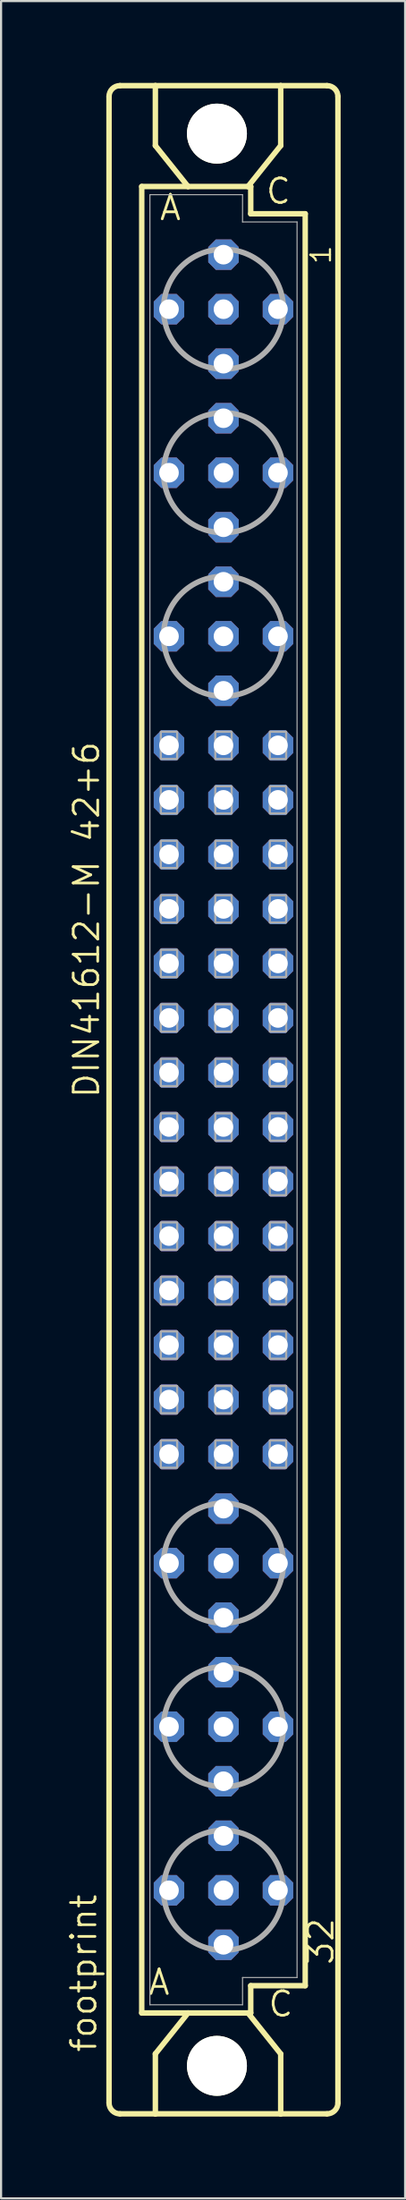
<source format=kicad_pcb>
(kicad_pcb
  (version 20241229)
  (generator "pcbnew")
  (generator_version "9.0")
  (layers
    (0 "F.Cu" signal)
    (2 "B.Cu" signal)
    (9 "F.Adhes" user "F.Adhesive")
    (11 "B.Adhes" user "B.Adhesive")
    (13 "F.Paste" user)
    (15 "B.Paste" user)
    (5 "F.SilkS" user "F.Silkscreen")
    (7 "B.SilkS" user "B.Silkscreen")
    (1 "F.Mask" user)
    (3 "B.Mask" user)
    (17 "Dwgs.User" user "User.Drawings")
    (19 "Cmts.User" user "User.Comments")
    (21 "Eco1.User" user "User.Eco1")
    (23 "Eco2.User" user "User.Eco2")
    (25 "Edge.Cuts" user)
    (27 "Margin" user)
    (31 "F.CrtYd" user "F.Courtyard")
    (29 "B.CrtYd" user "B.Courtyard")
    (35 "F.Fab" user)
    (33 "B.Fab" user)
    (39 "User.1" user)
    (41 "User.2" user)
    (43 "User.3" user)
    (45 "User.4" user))
  (footprint "footprint"
    (layer "F.Cu")
    (at 7.366 48.184)
    (property "Reference" "footprint" (at -5.842 44.45 90) (layer "F.SilkS") (effects (font (size 1.143 1.143) (thickness 0.127)) (justify left bottom)))
    (fp_line (start -5.334 46.736) (end -5.334 -46.736) (stroke (width 0.254) (type solid)) (layer "F.SilkS"))
    (fp_line (start -4.826 -47.244) (end -3.175 -47.244) (stroke (width 0.254) (type solid)) (layer "F.SilkS"))
    (fp_line (start -4.826 47.244) (end -3.175 47.244) (stroke (width 0.254) (type solid)) (layer "F.SilkS"))
    (fp_line (start -3.81 -42.545) (end -3.81 42.545) (stroke (width 0.254) (type solid)) (layer "F.SilkS"))
    (fp_line (start -3.81 42.545) (end -1.651 42.545) (stroke (width 0.254) (type solid)) (layer "F.SilkS"))
    (fp_line (start -3.175 -47.244) (end -3.175 -44.45) (stroke (width 0.254) (type solid)) (layer "F.SilkS"))
    (fp_line (start -3.175 47.244) (end -3.175 44.45) (stroke (width 0.254) (type solid)) (layer "F.SilkS"))
    (fp_line (start -3.175 47.244) (end 2.667 47.244) (stroke (width 0.254) (type solid)) (layer "F.SilkS"))
    (fp_line (start -1.651 -42.545) (end -3.81 -42.545) (stroke (width 0.254) (type solid)) (layer "F.SilkS"))
    (fp_line (start -1.651 -42.545) (end -3.175 -44.45) (stroke (width 0.254) (type solid)) (layer "F.SilkS"))
    (fp_line (start -1.651 42.545) (end -3.175 44.45) (stroke (width 0.254) (type solid)) (layer "F.SilkS"))
    (fp_line (start -1.651 42.545) (end 1.143 42.545) (stroke (width 0.254) (type solid)) (layer "F.SilkS"))
    (fp_line (start 1.143 -42.545) (end -1.651 -42.545) (stroke (width 0.254) (type solid)) (layer "F.SilkS"))
    (fp_line (start 1.143 -42.545) (end 2.667 -44.45) (stroke (width 0.254) (type solid)) (layer "F.SilkS"))
    (fp_line (start 1.143 42.545) (end 1.27 42.545) (stroke (width 0.254) (type solid)) (layer "F.SilkS"))
    (fp_line (start 1.143 42.545) (end 2.667 44.45) (stroke (width 0.254) (type solid)) (layer "F.SilkS"))
    (fp_line (start 1.27 -42.545) (end 1.143 -42.545) (stroke (width 0.254) (type solid)) (layer "F.SilkS"))
    (fp_line (start 1.27 -41.275) (end 1.27 -42.545) (stroke (width 0.254) (type solid)) (layer "F.SilkS"))
    (fp_line (start 1.27 41.275) (end 3.81 41.275) (stroke (width 0.254) (type solid)) (layer "F.SilkS"))
    (fp_line (start 1.27 42.545) (end 1.27 41.275) (stroke (width 0.254) (type solid)) (layer "F.SilkS"))
    (fp_line (start 2.667 -47.244) (end -3.175 -47.244) (stroke (width 0.254) (type solid)) (layer "F.SilkS"))
    (fp_line (start 2.667 -47.244) (end 2.667 -44.45) (stroke (width 0.254) (type solid)) (layer "F.SilkS"))
    (fp_line (start 2.667 47.244) (end 2.667 44.45) (stroke (width 0.254) (type solid)) (layer "F.SilkS"))
    (fp_line (start 2.667 47.244) (end 4.826 47.244) (stroke (width 0.254) (type solid)) (layer "F.SilkS"))
    (fp_line (start 3.81 -41.275) (end 1.27 -41.275) (stroke (width 0.254) (type solid)) (layer "F.SilkS"))
    (fp_line (start 3.81 41.275) (end 3.81 -41.275) (stroke (width 0.254) (type solid)) (layer "F.SilkS"))
    (fp_line (start 4.826 -47.244) (end 2.667 -47.244) (stroke (width 0.254) (type solid)) (layer "F.SilkS"))
    (fp_line (start 5.334 46.736) (end 5.334 -46.736) (stroke (width 0.254) (type solid)) (layer "F.SilkS"))
    (fp_arc (start -5.334 -46.736) (mid -5.18521 -47.09521) (end -4.826 -47.244) (stroke (width 0.254) (type solid)) (layer "F.SilkS"))
    (fp_arc (start -4.826 47.244) (mid -5.18521 47.09521) (end -5.334 46.736) (stroke (width 0.254) (type solid)) (layer "F.SilkS"))
    (fp_arc (start 4.826 -47.244) (mid 5.18521 -47.09521) (end 5.334 -46.736) (stroke (width 0.254) (type solid)) (layer "F.SilkS"))
    (fp_arc (start 5.334 46.736) (mid 5.18521 47.09521) (end 4.826 47.244) (stroke (width 0.254) (type solid)) (layer "F.SilkS"))
    (fp_circle (center -0.305 -45.009) (end 0.965 -45.009) (stroke (width 0.254) (type solid)) (fill no) (layer "F.SilkS"))
    (fp_circle (center -0.305 45.009) (end 0.965 45.009) (stroke (width 0.254) (type solid)) (fill no) (layer "F.SilkS"))
    (fp_line (start -3.429 -42.164) (end -3.429 42.164) (stroke (width 0.051) (type solid)) (layer "F.Fab"))
    (fp_line (start -3.429 -42.164) (end 0.889 -42.164) (stroke (width 0.051) (type solid)) (layer "F.Fab"))
    (fp_line (start -3.429 42.164) (end 0.889 42.164) (stroke (width 0.051) (type solid)) (layer "F.Fab"))
    (fp_line (start 0.889 -42.164) (end 0.889 -40.894) (stroke (width 0.051) (type solid)) (layer "F.Fab"))
    (fp_line (start 0.889 -40.894) (end 3.429 -40.894) (stroke (width 0.051) (type solid)) (layer "F.Fab"))
    (fp_line (start 0.889 40.894) (end 3.429 40.894) (stroke (width 0.051) (type solid)) (layer "F.Fab"))
    (fp_line (start 0.889 42.164) (end 0.889 40.894) (stroke (width 0.051) (type solid)) (layer "F.Fab"))
    (fp_line (start 3.429 -40.894) (end 3.429 40.894) (stroke (width 0.051) (type solid)) (layer "F.Fab"))
    (fp_circle (center 0 -36.83) (end 2.794 -36.83) (stroke (width 0.254) (type solid)) (fill no) (layer "F.Fab"))
    (fp_circle (center 0 -29.21) (end 2.794 -29.21) (stroke (width 0.254) (type solid)) (fill no) (layer "F.Fab"))
    (fp_circle (center 0 -21.59) (end 2.794 -21.59) (stroke (width 0.254) (type solid)) (fill no) (layer "F.Fab"))
    (fp_circle (center 0 21.59) (end 2.794 21.59) (stroke (width 0.254) (type solid)) (fill no) (layer "F.Fab"))
    (fp_circle (center 0 29.21) (end 2.794 29.21) (stroke (width 0.254) (type solid)) (fill no) (layer "F.Fab"))
    (fp_circle (center 0 36.83) (end 2.794 36.83) (stroke (width 0.254) (type solid)) (fill no) (layer "F.Fab"))
    (fp_poly (pts (xy -2.921 -15.875) (xy -2.159 -15.875) (xy -2.159 -17.145) (xy -2.921 -17.145)) (stroke (width 0.1) (type solid)) (fill no) (layer "F.Fab"))
    (fp_poly (pts (xy -2.921 -13.335) (xy -2.159 -13.335) (xy -2.159 -14.605) (xy -2.921 -14.605)) (stroke (width 0.1) (type solid)) (fill no) (layer "F.Fab"))
    (fp_poly (pts (xy -2.921 -10.795) (xy -2.159 -10.795) (xy -2.159 -12.065) (xy -2.921 -12.065)) (stroke (width 0.1) (type solid)) (fill no) (layer "F.Fab"))
    (fp_poly (pts (xy -2.921 -8.255) (xy -2.159 -8.255) (xy -2.159 -9.525) (xy -2.921 -9.525)) (stroke (width 0.1) (type solid)) (fill no) (layer "F.Fab"))
    (fp_poly (pts (xy -2.921 -5.715) (xy -2.159 -5.715) (xy -2.159 -6.985) (xy -2.921 -6.985)) (stroke (width 0.1) (type solid)) (fill no) (layer "F.Fab"))
    (fp_poly (pts (xy -2.921 -3.175) (xy -2.159 -3.175) (xy -2.159 -4.445) (xy -2.921 -4.445)) (stroke (width 0.1) (type solid)) (fill no) (layer "F.Fab"))
    (fp_poly (pts (xy -2.921 -0.635) (xy -2.159 -0.635) (xy -2.159 -1.905) (xy -2.921 -1.905)) (stroke (width 0.1) (type solid)) (fill no) (layer "F.Fab"))
    (fp_poly (pts (xy -2.921 1.905) (xy -2.159 1.905) (xy -2.159 0.635) (xy -2.921 0.635)) (stroke (width 0.1) (type solid)) (fill no) (layer "F.Fab"))
    (fp_poly (pts (xy -2.921 4.445) (xy -2.159 4.445) (xy -2.159 3.175) (xy -2.921 3.175)) (stroke (width 0.1) (type solid)) (fill no) (layer "F.Fab"))
    (fp_poly (pts (xy -2.921 6.985) (xy -2.159 6.985) (xy -2.159 5.715) (xy -2.921 5.715)) (stroke (width 0.1) (type solid)) (fill no) (layer "F.Fab"))
    (fp_poly (pts (xy -2.921 9.525) (xy -2.159 9.525) (xy -2.159 8.255) (xy -2.921 8.255)) (stroke (width 0.1) (type solid)) (fill no) (layer "F.Fab"))
    (fp_poly (pts (xy -2.921 12.065) (xy -2.159 12.065) (xy -2.159 10.795) (xy -2.921 10.795)) (stroke (width 0.1) (type solid)) (fill no) (layer "F.Fab"))
    (fp_poly (pts (xy -2.921 14.605) (xy -2.159 14.605) (xy -2.159 13.335) (xy -2.921 13.335)) (stroke (width 0.1) (type solid)) (fill no) (layer "F.Fab"))
    (fp_poly (pts (xy -2.921 17.145) (xy -2.159 17.145) (xy -2.159 15.875) (xy -2.921 15.875)) (stroke (width 0.1) (type solid)) (fill no) (layer "F.Fab"))
    (fp_poly (pts (xy -0.381 -15.875) (xy 0.381 -15.875) (xy 0.381 -17.145) (xy -0.381 -17.145)) (stroke (width 0.1) (type solid)) (fill no) (layer "F.Fab"))
    (fp_poly (pts (xy -0.381 -13.335) (xy 0.381 -13.335) (xy 0.381 -14.605) (xy -0.381 -14.605)) (stroke (width 0.1) (type solid)) (fill no) (layer "F.Fab"))
    (fp_poly (pts (xy -0.381 -10.795) (xy 0.381 -10.795) (xy 0.381 -12.065) (xy -0.381 -12.065)) (stroke (width 0.1) (type solid)) (fill no) (layer "F.Fab"))
    (fp_poly (pts (xy -0.381 -8.255) (xy 0.381 -8.255) (xy 0.381 -9.525) (xy -0.381 -9.525)) (stroke (width 0.1) (type solid)) (fill no) (layer "F.Fab"))
    (fp_poly (pts (xy -0.381 -5.715) (xy 0.381 -5.715) (xy 0.381 -6.985) (xy -0.381 -6.985)) (stroke (width 0.1) (type solid)) (fill no) (layer "F.Fab"))
    (fp_poly (pts (xy -0.381 -3.175) (xy 0.381 -3.175) (xy 0.381 -4.445) (xy -0.381 -4.445)) (stroke (width 0.1) (type solid)) (fill no) (layer "F.Fab"))
    (fp_poly (pts (xy -0.381 -0.635) (xy 0.381 -0.635) (xy 0.381 -1.905) (xy -0.381 -1.905)) (stroke (width 0.1) (type solid)) (fill no) (layer "F.Fab"))
    (fp_poly (pts (xy -0.381 1.905) (xy 0.381 1.905) (xy 0.381 0.635) (xy -0.381 0.635)) (stroke (width 0.1) (type solid)) (fill no) (layer "F.Fab"))
    (fp_poly (pts (xy -0.381 4.445) (xy 0.381 4.445) (xy 0.381 3.175) (xy -0.381 3.175)) (stroke (width 0.1) (type solid)) (fill no) (layer "F.Fab"))
    (fp_poly (pts (xy -0.381 6.985) (xy 0.381 6.985) (xy 0.381 5.715) (xy -0.381 5.715)) (stroke (width 0.1) (type solid)) (fill no) (layer "F.Fab"))
    (fp_poly (pts (xy -0.381 9.525) (xy 0.381 9.525) (xy 0.381 8.255) (xy -0.381 8.255)) (stroke (width 0.1) (type solid)) (fill no) (layer "F.Fab"))
    (fp_poly (pts (xy -0.381 12.065) (xy 0.381 12.065) (xy 0.381 10.795) (xy -0.381 10.795)) (stroke (width 0.1) (type solid)) (fill no) (layer "F.Fab"))
    (fp_poly (pts (xy -0.381 14.605) (xy 0.381 14.605) (xy 0.381 13.335) (xy -0.381 13.335)) (stroke (width 0.1) (type solid)) (fill no) (layer "F.Fab"))
    (fp_poly (pts (xy -0.381 17.145) (xy 0.381 17.145) (xy 0.381 15.875) (xy -0.381 15.875)) (stroke (width 0.1) (type solid)) (fill no) (layer "F.Fab"))
    (fp_poly (pts (xy 2.159 -15.875) (xy 2.921 -15.875) (xy 2.921 -17.145) (xy 2.159 -17.145)) (stroke (width 0.1) (type solid)) (fill no) (layer "F.Fab"))
    (fp_poly (pts (xy 2.159 -13.335) (xy 2.921 -13.335) (xy 2.921 -14.605) (xy 2.159 -14.605)) (stroke (width 0.1) (type solid)) (fill no) (layer "F.Fab"))
    (fp_poly (pts (xy 2.159 -10.795) (xy 2.921 -10.795) (xy 2.921 -12.065) (xy 2.159 -12.065)) (stroke (width 0.1) (type solid)) (fill no) (layer "F.Fab"))
    (fp_poly (pts (xy 2.159 -8.255) (xy 2.921 -8.255) (xy 2.921 -9.525) (xy 2.159 -9.525)) (stroke (width 0.1) (type solid)) (fill no) (layer "F.Fab"))
    (fp_poly (pts (xy 2.159 -5.715) (xy 2.921 -5.715) (xy 2.921 -6.985) (xy 2.159 -6.985)) (stroke (width 0.1) (type solid)) (fill no) (layer "F.Fab"))
    (fp_poly (pts (xy 2.159 -3.175) (xy 2.921 -3.175) (xy 2.921 -4.445) (xy 2.159 -4.445)) (stroke (width 0.1) (type solid)) (fill no) (layer "F.Fab"))
    (fp_poly (pts (xy 2.159 -0.635) (xy 2.921 -0.635) (xy 2.921 -1.905) (xy 2.159 -1.905)) (stroke (width 0.1) (type solid)) (fill no) (layer "F.Fab"))
    (fp_poly (pts (xy 2.159 1.905) (xy 2.921 1.905) (xy 2.921 0.635) (xy 2.159 0.635)) (stroke (width 0.1) (type solid)) (fill no) (layer "F.Fab"))
    (fp_poly (pts (xy 2.159 4.445) (xy 2.921 4.445) (xy 2.921 3.175) (xy 2.159 3.175)) (stroke (width 0.1) (type solid)) (fill no) (layer "F.Fab"))
    (fp_poly (pts (xy 2.159 6.985) (xy 2.921 6.985) (xy 2.921 5.715) (xy 2.159 5.715)) (stroke (width 0.1) (type solid)) (fill no) (layer "F.Fab"))
    (fp_poly (pts (xy 2.159 9.525) (xy 2.921 9.525) (xy 2.921 8.255) (xy 2.159 8.255)) (stroke (width 0.1) (type solid)) (fill no) (layer "F.Fab"))
    (fp_poly (pts (xy 2.159 12.065) (xy 2.921 12.065) (xy 2.921 10.795) (xy 2.159 10.795)) (stroke (width 0.1) (type solid)) (fill no) (layer "F.Fab"))
    (fp_poly (pts (xy 2.159 14.605) (xy 2.921 14.605) (xy 2.921 13.335) (xy 2.159 13.335)) (stroke (width 0.1) (type solid)) (fill no) (layer "F.Fab"))
    (fp_poly (pts (xy 2.159 17.145) (xy 2.921 17.145) (xy 2.921 15.875) (xy 2.159 15.875)) (stroke (width 0.1) (type solid)) (fill no) (layer "F.Fab"))
    (fp_text user "32" (at 5.207 40.386 90) (layer "F.SilkS") (effects (font (size 1.143 1.143) (thickness 0.127)) (justify left bottom)))
    (fp_text user "1" (at 5.08 -38.862 90) (layer "F.SilkS") (effects (font (size 0.914 0.914) (thickness 0.102)) (justify left bottom)))
    (fp_text user " C " (at 1.143 42.799 0) (layer "F.SilkS") (effects (font (size 1.143 1.143) (thickness 0.127)) (justify left bottom)))
    (fp_text user "DIN41612-M 42+6" (at -5.715 0 90) (layer "F.SilkS") (effects (font (size 1.143 1.143) (thickness 0.127)) (justify left bottom)))
    (fp_text user " A " (at -4.445 41.783 0) (layer "F.SilkS") (effects (font (size 1.143 1.143) (thickness 0.127)) (justify left bottom)))
    (fp_text user "A" (at -3.048 -40.894 0) (layer "F.SilkS") (effects (font (size 1.143 1.143) (thickness 0.127)) (justify left bottom)))
    (fp_text user "C" (at 1.905 -41.656 0) (layer "F.SilkS") (effects (font (size 1.143 1.143) (thickness 0.127)) (justify left bottom)))
    (pad "" np_thru_hole circle (at -0.305 -45.009) (size 2.794 2.794) (drill 2.794) (layers "*.Cu" "*.Mask"))
    (pad "" np_thru_hole circle (at -0.305 45.009) (size 2.794 2.794) (drill 2.794) (layers "*.Cu" "*.Mask"))
    (pad "A2" thru_hole roundrect (at -2.54 -36.83) (size 1.422 1.422) (drill 0.914) (layers "*.Cu" "*.Mask") (roundrect_rratio 0.25) (chamfer_ratio 0.25) (chamfer top_left top_right bottom_left bottom_right))
    (pad "A5" thru_hole roundrect (at -2.54 -29.21) (size 1.422 1.422) (drill 0.914) (layers "*.Cu" "*.Mask") (roundrect_rratio 0.25) (chamfer_ratio 0.25) (chamfer top_left top_right bottom_left bottom_right))
    (pad "A8" thru_hole roundrect (at -2.54 -21.59) (size 1.422 1.422) (drill 0.914) (layers "*.Cu" "*.Mask") (roundrect_rratio 0.25) (chamfer_ratio 0.25) (chamfer top_left top_right bottom_left bottom_right))
    (pad "A10" thru_hole roundrect (at -2.54 -16.51) (size 1.422 1.422) (drill 0.914) (layers "*.Cu" "*.Mask") (roundrect_rratio 0.25) (chamfer_ratio 0.25) (chamfer top_left top_right bottom_left bottom_right))
    (pad "A11" thru_hole roundrect (at -2.54 -13.97) (size 1.422 1.422) (drill 0.914) (layers "*.Cu" "*.Mask") (roundrect_rratio 0.25) (chamfer_ratio 0.25) (chamfer top_left top_right bottom_left bottom_right))
    (pad "A12" thru_hole roundrect (at -2.54 -11.43) (size 1.422 1.422) (drill 0.914) (layers "*.Cu" "*.Mask") (roundrect_rratio 0.25) (chamfer_ratio 0.25) (chamfer top_left top_right bottom_left bottom_right))
    (pad "A13" thru_hole roundrect (at -2.54 -8.89) (size 1.422 1.422) (drill 0.914) (layers "*.Cu" "*.Mask") (roundrect_rratio 0.25) (chamfer_ratio 0.25) (chamfer top_left top_right bottom_left bottom_right))
    (pad "A14" thru_hole roundrect (at -2.54 -6.35) (size 1.422 1.422) (drill 0.914) (layers "*.Cu" "*.Mask") (roundrect_rratio 0.25) (chamfer_ratio 0.25) (chamfer top_left top_right bottom_left bottom_right))
    (pad "A15" thru_hole roundrect (at -2.54 -3.81) (size 1.422 1.422) (drill 0.914) (layers "*.Cu" "*.Mask") (roundrect_rratio 0.25) (chamfer_ratio 0.25) (chamfer top_left top_right bottom_left bottom_right))
    (pad "A16" thru_hole roundrect (at -2.54 -1.27) (size 1.422 1.422) (drill 0.914) (layers "*.Cu" "*.Mask") (roundrect_rratio 0.25) (chamfer_ratio 0.25) (chamfer top_left top_right bottom_left bottom_right))
    (pad "A17" thru_hole roundrect (at -2.54 1.27) (size 1.422 1.422) (drill 0.914) (layers "*.Cu" "*.Mask") (roundrect_rratio 0.25) (chamfer_ratio 0.25) (chamfer top_left top_right bottom_left bottom_right))
    (pad "A18" thru_hole roundrect (at -2.54 3.81) (size 1.422 1.422) (drill 0.914) (layers "*.Cu" "*.Mask") (roundrect_rratio 0.25) (chamfer_ratio 0.25) (chamfer top_left top_right bottom_left bottom_right))
    (pad "A19" thru_hole roundrect (at -2.54 6.35) (size 1.422 1.422) (drill 0.914) (layers "*.Cu" "*.Mask") (roundrect_rratio 0.25) (chamfer_ratio 0.25) (chamfer top_left top_right bottom_left bottom_right))
    (pad "A20" thru_hole roundrect (at -2.54 8.89) (size 1.422 1.422) (drill 0.914) (layers "*.Cu" "*.Mask") (roundrect_rratio 0.25) (chamfer_ratio 0.25) (chamfer top_left top_right bottom_left bottom_right))
    (pad "A21" thru_hole roundrect (at -2.54 11.43) (size 1.422 1.422) (drill 0.914) (layers "*.Cu" "*.Mask") (roundrect_rratio 0.25) (chamfer_ratio 0.25) (chamfer top_left top_right bottom_left bottom_right))
    (pad "A22" thru_hole roundrect (at -2.54 13.97) (size 1.422 1.422) (drill 0.914) (layers "*.Cu" "*.Mask") (roundrect_rratio 0.25) (chamfer_ratio 0.25) (chamfer top_left top_right bottom_left bottom_right))
    (pad "A23" thru_hole roundrect (at -2.54 16.51) (size 1.422 1.422) (drill 0.914) (layers "*.Cu" "*.Mask") (roundrect_rratio 0.25) (chamfer_ratio 0.25) (chamfer top_left top_right bottom_left bottom_right))
    (pad "A25" thru_hole roundrect (at -2.54 21.59) (size 1.422 1.422) (drill 0.914) (layers "*.Cu" "*.Mask") (roundrect_rratio 0.25) (chamfer_ratio 0.25) (chamfer top_left top_right bottom_left bottom_right))
    (pad "A28" thru_hole roundrect (at -2.54 29.21) (size 1.422 1.422) (drill 0.914) (layers "*.Cu" "*.Mask") (roundrect_rratio 0.25) (chamfer_ratio 0.25) (chamfer top_left top_right bottom_left bottom_right))
    (pad "A31" thru_hole roundrect (at -2.54 36.83) (size 1.422 1.422) (drill 0.914) (layers "*.Cu" "*.Mask") (roundrect_rratio 0.25) (chamfer_ratio 0.25) (chamfer top_left top_right bottom_left bottom_right))
    (pad "B1" thru_hole roundrect (at 0 -39.37) (size 1.422 1.422) (drill 0.914) (layers "*.Cu" "*.Mask") (roundrect_rratio 0.25) (chamfer_ratio 0.25) (chamfer top_left top_right bottom_left bottom_right))
    (pad "B2" thru_hole roundrect (at 0 -36.83) (size 1.422 1.422) (drill 0.914) (layers "*.Cu" "*.Mask") (roundrect_rratio 0.25) (chamfer_ratio 0.25) (chamfer top_left top_right bottom_left bottom_right))
    (pad "B3" thru_hole roundrect (at 0 -34.29) (size 1.422 1.422) (drill 0.914) (layers "*.Cu" "*.Mask") (roundrect_rratio 0.25) (chamfer_ratio 0.25) (chamfer top_left top_right bottom_left bottom_right))
    (pad "B4" thru_hole roundrect (at 0 -31.75) (size 1.422 1.422) (drill 0.914) (layers "*.Cu" "*.Mask") (roundrect_rratio 0.25) (chamfer_ratio 0.25) (chamfer top_left top_right bottom_left bottom_right))
    (pad "B5" thru_hole roundrect (at 0 -29.21) (size 1.422 1.422) (drill 0.914) (layers "*.Cu" "*.Mask") (roundrect_rratio 0.25) (chamfer_ratio 0.25) (chamfer top_left top_right bottom_left bottom_right))
    (pad "B6" thru_hole roundrect (at 0 -26.67) (size 1.422 1.422) (drill 0.914) (layers "*.Cu" "*.Mask") (roundrect_rratio 0.25) (chamfer_ratio 0.25) (chamfer top_left top_right bottom_left bottom_right))
    (pad "B7" thru_hole roundrect (at 0 -24.13) (size 1.422 1.422) (drill 0.914) (layers "*.Cu" "*.Mask") (roundrect_rratio 0.25) (chamfer_ratio 0.25) (chamfer top_left top_right bottom_left bottom_right))
    (pad "B8" thru_hole roundrect (at 0 -21.59) (size 1.422 1.422) (drill 0.914) (layers "*.Cu" "*.Mask") (roundrect_rratio 0.25) (chamfer_ratio 0.25) (chamfer top_left top_right bottom_left bottom_right))
    (pad "B9" thru_hole roundrect (at 0 -19.05) (size 1.422 1.422) (drill 0.914) (layers "*.Cu" "*.Mask") (roundrect_rratio 0.25) (chamfer_ratio 0.25) (chamfer top_left top_right bottom_left bottom_right))
    (pad "B10" thru_hole roundrect (at 0 -16.51) (size 1.422 1.422) (drill 0.914) (layers "*.Cu" "*.Mask") (roundrect_rratio 0.25) (chamfer_ratio 0.25) (chamfer top_left top_right bottom_left bottom_right))
    (pad "B11" thru_hole roundrect (at 0 -13.97) (size 1.422 1.422) (drill 0.914) (layers "*.Cu" "*.Mask") (roundrect_rratio 0.25) (chamfer_ratio 0.25) (chamfer top_left top_right bottom_left bottom_right))
    (pad "B12" thru_hole roundrect (at 0 -11.43) (size 1.422 1.422) (drill 0.914) (layers "*.Cu" "*.Mask") (roundrect_rratio 0.25) (chamfer_ratio 0.25) (chamfer top_left top_right bottom_left bottom_right))
    (pad "B13" thru_hole roundrect (at 0 -8.89) (size 1.422 1.422) (drill 0.914) (layers "*.Cu" "*.Mask") (roundrect_rratio 0.25) (chamfer_ratio 0.25) (chamfer top_left top_right bottom_left bottom_right))
    (pad "B14" thru_hole roundrect (at 0 -6.35) (size 1.422 1.422) (drill 0.914) (layers "*.Cu" "*.Mask") (roundrect_rratio 0.25) (chamfer_ratio 0.25) (chamfer top_left top_right bottom_left bottom_right))
    (pad "B15" thru_hole roundrect (at 0 -3.81) (size 1.422 1.422) (drill 0.914) (layers "*.Cu" "*.Mask") (roundrect_rratio 0.25) (chamfer_ratio 0.25) (chamfer top_left top_right bottom_left bottom_right))
    (pad "B16" thru_hole roundrect (at 0 -1.27) (size 1.422 1.422) (drill 0.914) (layers "*.Cu" "*.Mask") (roundrect_rratio 0.25) (chamfer_ratio 0.25) (chamfer top_left top_right bottom_left bottom_right))
    (pad "B17" thru_hole roundrect (at 0 1.27) (size 1.422 1.422) (drill 0.914) (layers "*.Cu" "*.Mask") (roundrect_rratio 0.25) (chamfer_ratio 0.25) (chamfer top_left top_right bottom_left bottom_right))
    (pad "B18" thru_hole roundrect (at 0 3.81) (size 1.422 1.422) (drill 0.914) (layers "*.Cu" "*.Mask") (roundrect_rratio 0.25) (chamfer_ratio 0.25) (chamfer top_left top_right bottom_left bottom_right))
    (pad "B19" thru_hole roundrect (at 0 6.35) (size 1.422 1.422) (drill 0.914) (layers "*.Cu" "*.Mask") (roundrect_rratio 0.25) (chamfer_ratio 0.25) (chamfer top_left top_right bottom_left bottom_right))
    (pad "B20" thru_hole roundrect (at 0 8.89) (size 1.422 1.422) (drill 0.914) (layers "*.Cu" "*.Mask") (roundrect_rratio 0.25) (chamfer_ratio 0.25) (chamfer top_left top_right bottom_left bottom_right))
    (pad "B21" thru_hole roundrect (at 0 11.43) (size 1.422 1.422) (drill 0.914) (layers "*.Cu" "*.Mask") (roundrect_rratio 0.25) (chamfer_ratio 0.25) (chamfer top_left top_right bottom_left bottom_right))
    (pad "B22" thru_hole roundrect (at 0 13.97) (size 1.422 1.422) (drill 0.914) (layers "*.Cu" "*.Mask") (roundrect_rratio 0.25) (chamfer_ratio 0.25) (chamfer top_left top_right bottom_left bottom_right))
    (pad "B23" thru_hole roundrect (at 0 16.51) (size 1.422 1.422) (drill 0.914) (layers "*.Cu" "*.Mask") (roundrect_rratio 0.25) (chamfer_ratio 0.25) (chamfer top_left top_right bottom_left bottom_right))
    (pad "B24" thru_hole roundrect (at 0 19.05) (size 1.422 1.422) (drill 0.914) (layers "*.Cu" "*.Mask") (roundrect_rratio 0.25) (chamfer_ratio 0.25) (chamfer top_left top_right bottom_left bottom_right))
    (pad "B25" thru_hole roundrect (at 0 21.59) (size 1.422 1.422) (drill 0.914) (layers "*.Cu" "*.Mask") (roundrect_rratio 0.25) (chamfer_ratio 0.25) (chamfer top_left top_right bottom_left bottom_right))
    (pad "B26" thru_hole roundrect (at 0 24.13) (size 1.422 1.422) (drill 0.914) (layers "*.Cu" "*.Mask") (roundrect_rratio 0.25) (chamfer_ratio 0.25) (chamfer top_left top_right bottom_left bottom_right))
    (pad "B27" thru_hole roundrect (at 0 26.67) (size 1.422 1.422) (drill 0.914) (layers "*.Cu" "*.Mask") (roundrect_rratio 0.25) (chamfer_ratio 0.25) (chamfer top_left top_right bottom_left bottom_right))
    (pad "B28" thru_hole roundrect (at 0 29.21) (size 1.422 1.422) (drill 0.914) (layers "*.Cu" "*.Mask") (roundrect_rratio 0.25) (chamfer_ratio 0.25) (chamfer top_left top_right bottom_left bottom_right))
    (pad "B29" thru_hole roundrect (at 0 31.75) (size 1.422 1.422) (drill 0.914) (layers "*.Cu" "*.Mask") (roundrect_rratio 0.25) (chamfer_ratio 0.25) (chamfer top_left top_right bottom_left bottom_right))
    (pad "B30" thru_hole roundrect (at 0 34.29) (size 1.422 1.422) (drill 0.914) (layers "*.Cu" "*.Mask") (roundrect_rratio 0.25) (chamfer_ratio 0.25) (chamfer top_left top_right bottom_left bottom_right))
    (pad "B31" thru_hole roundrect (at 0 36.83) (size 1.422 1.422) (drill 0.914) (layers "*.Cu" "*.Mask") (roundrect_rratio 0.25) (chamfer_ratio 0.25) (chamfer top_left top_right bottom_left bottom_right))
    (pad "B32" thru_hole roundrect (at 0 39.37) (size 1.422 1.422) (drill 0.914) (layers "*.Cu" "*.Mask") (roundrect_rratio 0.25) (chamfer_ratio 0.25) (chamfer top_left top_right bottom_left bottom_right))
    (pad "C2" thru_hole roundrect (at 2.54 -36.83) (size 1.422 1.422) (drill 0.914) (layers "*.Cu" "*.Mask") (roundrect_rratio 0.25) (chamfer_ratio 0.25) (chamfer top_left top_right bottom_left bottom_right))
    (pad "C5" thru_hole roundrect (at 2.54 -29.21) (size 1.422 1.422) (drill 0.914) (layers "*.Cu" "*.Mask") (roundrect_rratio 0.25) (chamfer_ratio 0.25) (chamfer top_left top_right bottom_left bottom_right))
    (pad "C8" thru_hole roundrect (at 2.54 -21.59) (size 1.422 1.422) (drill 0.914) (layers "*.Cu" "*.Mask") (roundrect_rratio 0.25) (chamfer_ratio 0.25) (chamfer top_left top_right bottom_left bottom_right))
    (pad "C10" thru_hole roundrect (at 2.54 -16.51) (size 1.422 1.422) (drill 0.914) (layers "*.Cu" "*.Mask") (roundrect_rratio 0.25) (chamfer_ratio 0.25) (chamfer top_left top_right bottom_left bottom_right))
    (pad "C11" thru_hole roundrect (at 2.54 -13.97) (size 1.422 1.422) (drill 0.914) (layers "*.Cu" "*.Mask") (roundrect_rratio 0.25) (chamfer_ratio 0.25) (chamfer top_left top_right bottom_left bottom_right))
    (pad "C12" thru_hole roundrect (at 2.54 -11.43) (size 1.422 1.422) (drill 0.914) (layers "*.Cu" "*.Mask") (roundrect_rratio 0.25) (chamfer_ratio 0.25) (chamfer top_left top_right bottom_left bottom_right))
    (pad "C13" thru_hole roundrect (at 2.54 -8.89) (size 1.422 1.422) (drill 0.914) (layers "*.Cu" "*.Mask") (roundrect_rratio 0.25) (chamfer_ratio 0.25) (chamfer top_left top_right bottom_left bottom_right))
    (pad "C14" thru_hole roundrect (at 2.54 -6.35) (size 1.422 1.422) (drill 0.914) (layers "*.Cu" "*.Mask") (roundrect_rratio 0.25) (chamfer_ratio 0.25) (chamfer top_left top_right bottom_left bottom_right))
    (pad "C15" thru_hole roundrect (at 2.54 -3.81) (size 1.422 1.422) (drill 0.914) (layers "*.Cu" "*.Mask") (roundrect_rratio 0.25) (chamfer_ratio 0.25) (chamfer top_left top_right bottom_left bottom_right))
    (pad "C16" thru_hole roundrect (at 2.54 -1.27) (size 1.422 1.422) (drill 0.914) (layers "*.Cu" "*.Mask") (roundrect_rratio 0.25) (chamfer_ratio 0.25) (chamfer top_left top_right bottom_left bottom_right))
    (pad "C17" thru_hole roundrect (at 2.54 1.27) (size 1.422 1.422) (drill 0.914) (layers "*.Cu" "*.Mask") (roundrect_rratio 0.25) (chamfer_ratio 0.25) (chamfer top_left top_right bottom_left bottom_right))
    (pad "C18" thru_hole roundrect (at 2.54 3.81) (size 1.422 1.422) (drill 0.914) (layers "*.Cu" "*.Mask") (roundrect_rratio 0.25) (chamfer_ratio 0.25) (chamfer top_left top_right bottom_left bottom_right))
    (pad "C19" thru_hole roundrect (at 2.54 6.35) (size 1.422 1.422) (drill 0.914) (layers "*.Cu" "*.Mask") (roundrect_rratio 0.25) (chamfer_ratio 0.25) (chamfer top_left top_right bottom_left bottom_right))
    (pad "C20" thru_hole roundrect (at 2.54 8.89) (size 1.422 1.422) (drill 0.914) (layers "*.Cu" "*.Mask") (roundrect_rratio 0.25) (chamfer_ratio 0.25) (chamfer top_left top_right bottom_left bottom_right))
    (pad "C21" thru_hole roundrect (at 2.54 11.43) (size 1.422 1.422) (drill 0.914) (layers "*.Cu" "*.Mask") (roundrect_rratio 0.25) (chamfer_ratio 0.25) (chamfer top_left top_right bottom_left bottom_right))
    (pad "C22" thru_hole roundrect (at 2.54 13.97) (size 1.422 1.422) (drill 0.914) (layers "*.Cu" "*.Mask") (roundrect_rratio 0.25) (chamfer_ratio 0.25) (chamfer top_left top_right bottom_left bottom_right))
    (pad "C23" thru_hole roundrect (at 2.54 16.51) (size 1.422 1.422) (drill 0.914) (layers "*.Cu" "*.Mask") (roundrect_rratio 0.25) (chamfer_ratio 0.25) (chamfer top_left top_right bottom_left bottom_right))
    (pad "C25" thru_hole roundrect (at 2.54 21.59) (size 1.422 1.422) (drill 0.914) (layers "*.Cu" "*.Mask") (roundrect_rratio 0.25) (chamfer_ratio 0.25) (chamfer top_left top_right bottom_left bottom_right))
    (pad "C28" thru_hole roundrect (at 2.54 29.21) (size 1.422 1.422) (drill 0.914) (layers "*.Cu" "*.Mask") (roundrect_rratio 0.25) (chamfer_ratio 0.25) (chamfer top_left top_right bottom_left bottom_right))
    (pad "C31" thru_hole roundrect (at 2.54 36.83) (size 1.422 1.422) (drill 0.914) (layers "*.Cu" "*.Mask") (roundrect_rratio 0.25) (chamfer_ratio 0.25) (chamfer top_left top_right bottom_left bottom_right))
    (zone (net_name "") (layers "F.Cu" "B.Cu") (hatch edge 0.508) (connect_pads) (min_thickness 0.254) (filled_areas_thickness no) (keepout (tracks allowed) (vias not_allowed) (pads allowed) (copperpour allowed) (footprints allowed)) (placement (enabled no)) (fill) (polygon (pts (xy 10.236 3.175) (xy 10.188 2.624) (xy 10.045 2.089) (xy 9.811 1.587) (xy 9.493 1.134) (xy 9.102 0.743) (xy 8.649 0.425) (xy 8.147 0.191) (xy 7.613 0.048) (xy 7.061 0) (xy 6.51 0.048) (xy 5.975 0.191) (xy 5.474 0.425) (xy 5.02 0.743) (xy 4.629 1.134) (xy 4.312 1.587) (xy 4.078 2.089) (xy 3.934 2.624) (xy 3.886 3.175) (xy 3.934 3.726) (xy 4.078 4.261) (xy 4.312 4.763) (xy 4.629 5.216) (xy 5.02 5.607) (xy 5.474 5.925) (xy 5.975 6.159) (xy 6.51 6.302) (xy 7.061 6.35) (xy 7.613 6.302) (xy 8.147 6.159) (xy 8.649 5.925) (xy 9.102 5.607) (xy 9.493 5.216) (xy 9.811 4.763) (xy 10.045 4.261) (xy 10.188 3.726))) (polygon (pts (xy 8.458 3.175) (xy 8.437 2.932) (xy 8.374 2.697) (xy 8.271 2.477) (xy 8.131 2.277) (xy 7.959 2.105) (xy 7.76 1.965) (xy 7.539 1.862) (xy 7.304 1.799) (xy 7.061 1.778) (xy 6.819 1.799) (xy 6.583 1.862) (xy 6.363 1.965) (xy 6.163 2.105) (xy 5.991 2.277) (xy 5.851 2.477) (xy 5.748 2.697) (xy 5.685 2.932) (xy 5.664 3.175) (xy 5.685 3.418) (xy 5.748 3.653) (xy 5.851 3.873) (xy 5.991 4.073) (xy 6.163 4.245) (xy 6.363 4.385) (xy 6.583 4.488) (xy 6.819 4.551) (xy 7.061 4.572) (xy 7.304 4.551) (xy 7.539 4.488) (xy 7.76 4.385) (xy 7.959 4.245) (xy 8.131 4.073) (xy 8.271 3.873) (xy 8.374 3.653) (xy 8.437 3.418))))
    (zone (net_name "") (layers "F.Cu" "B.Cu") (hatch edge 0.508) (connect_pads) (min_thickness 0.254) (filled_areas_thickness no) (keepout (tracks allowed) (vias not_allowed) (pads allowed) (copperpour allowed) (footprints allowed)) (placement (enabled no)) (fill) (polygon (pts (xy 10.236 93.193) (xy 10.188 92.641) (xy 10.045 92.107) (xy 9.811 91.605) (xy 9.493 91.152) (xy 9.102 90.76) (xy 8.649 90.443) (xy 8.147 90.209) (xy 7.613 90.066) (xy 7.061 90.018) (xy 6.51 90.066) (xy 5.975 90.209) (xy 5.474 90.443) (xy 5.02 90.76) (xy 4.629 91.152) (xy 4.312 91.605) (xy 4.078 92.107) (xy 3.934 92.641) (xy 3.886 93.193) (xy 3.934 93.744) (xy 4.078 94.279) (xy 4.312 94.78) (xy 4.629 95.233) (xy 5.02 95.625) (xy 5.474 95.942) (xy 5.975 96.176) (xy 6.51 96.319) (xy 7.061 96.368) (xy 7.613 96.319) (xy 8.147 96.176) (xy 8.649 95.942) (xy 9.102 95.625) (xy 9.493 95.233) (xy 9.811 94.78) (xy 10.045 94.279) (xy 10.188 93.744))) (polygon (pts (xy 8.458 93.193) (xy 8.437 92.95) (xy 8.374 92.715) (xy 8.271 92.494) (xy 8.131 92.295) (xy 7.959 92.122) (xy 7.76 91.983) (xy 7.539 91.88) (xy 7.304 91.817) (xy 7.061 91.796) (xy 6.819 91.817) (xy 6.583 91.88) (xy 6.363 91.983) (xy 6.163 92.122) (xy 5.991 92.295) (xy 5.851 92.494) (xy 5.748 92.715) (xy 5.685 92.95) (xy 5.664 93.193) (xy 5.685 93.435) (xy 5.748 93.67) (xy 5.851 93.891) (xy 5.991 94.091) (xy 6.163 94.263) (xy 6.363 94.402) (xy 6.583 94.505) (xy 6.819 94.568) (xy 7.061 94.59) (xy 7.304 94.568) (xy 7.539 94.505) (xy 7.76 94.402) (xy 7.959 94.263) (xy 8.131 94.091) (xy 8.271 93.891) (xy 8.374 93.67) (xy 8.437 93.435))))
    (zone (net_name "") (layer "B.Cu") (hatch edge 0.508) (connect_pads) (min_thickness 0.254) (filled_areas_thickness no) (keepout (tracks not_allowed) (vias not_allowed) (pads not_allowed) (copperpour not_allowed) (footprints allowed)) (placement (enabled no)) (fill) (polygon (pts (xy 10.236 3.175) (xy 10.188 2.624) (xy 10.045 2.089) (xy 9.811 1.587) (xy 9.493 1.134) (xy 9.102 0.743) (xy 8.649 0.425) (xy 8.147 0.191) (xy 7.613 0.048) (xy 7.061 0) (xy 6.51 0.048) (xy 5.975 0.191) (xy 5.474 0.425) (xy 5.02 0.743) (xy 4.629 1.134) (xy 4.312 1.587) (xy 4.078 2.089) (xy 3.934 2.624) (xy 3.886 3.175) (xy 3.934 3.726) (xy 4.078 4.261) (xy 4.312 4.763) (xy 4.629 5.216) (xy 5.02 5.607) (xy 5.474 5.925) (xy 5.975 6.159) (xy 6.51 6.302) (xy 7.061 6.35) (xy 7.613 6.302) (xy 8.147 6.159) (xy 8.649 5.925) (xy 9.102 5.607) (xy 9.493 5.216) (xy 9.811 4.763) (xy 10.045 4.261) (xy 10.188 3.726))) (polygon (pts (xy 8.458 3.175) (xy 8.437 2.932) (xy 8.374 2.697) (xy 8.271 2.477) (xy 8.131 2.277) (xy 7.959 2.105) (xy 7.76 1.965) (xy 7.539 1.862) (xy 7.304 1.799) (xy 7.061 1.778) (xy 6.819 1.799) (xy 6.583 1.862) (xy 6.363 1.965) (xy 6.163 2.105) (xy 5.991 2.277) (xy 5.851 2.477) (xy 5.748 2.697) (xy 5.685 2.932) (xy 5.664 3.175) (xy 5.685 3.418) (xy 5.748 3.653) (xy 5.851 3.873) (xy 5.991 4.073) (xy 6.163 4.245) (xy 6.363 4.385) (xy 6.583 4.488) (xy 6.819 4.551) (xy 7.061 4.572) (xy 7.304 4.551) (xy 7.539 4.488) (xy 7.76 4.385) (xy 7.959 4.245) (xy 8.131 4.073) (xy 8.271 3.873) (xy 8.374 3.653) (xy 8.437 3.418))))
    (zone (net_name "") (layer "B.Cu") (hatch edge 0.508) (connect_pads) (min_thickness 0.254) (filled_areas_thickness no) (keepout (tracks not_allowed) (vias not_allowed) (pads not_allowed) (copperpour not_allowed) (footprints allowed)) (placement (enabled no)) (fill) (polygon (pts (xy 10.236 93.193) (xy 10.188 92.641) (xy 10.045 92.107) (xy 9.811 91.605) (xy 9.493 91.152) (xy 9.102 90.76) (xy 8.649 90.443) (xy 8.147 90.209) (xy 7.613 90.066) (xy 7.061 90.018) (xy 6.51 90.066) (xy 5.975 90.209) (xy 5.474 90.443) (xy 5.02 90.76) (xy 4.629 91.152) (xy 4.312 91.605) (xy 4.078 92.107) (xy 3.934 92.641) (xy 3.886 93.193) (xy 3.934 93.744) (xy 4.078 94.279) (xy 4.312 94.78) (xy 4.629 95.233) (xy 5.02 95.625) (xy 5.474 95.942) (xy 5.975 96.176) (xy 6.51 96.319) (xy 7.061 96.368) (xy 7.613 96.319) (xy 8.147 96.176) (xy 8.649 95.942) (xy 9.102 95.625) (xy 9.493 95.233) (xy 9.811 94.78) (xy 10.045 94.279) (xy 10.188 93.744))) (polygon (pts (xy 8.458 93.193) (xy 8.437 92.95) (xy 8.374 92.715) (xy 8.271 92.494) (xy 8.131 92.295) (xy 7.959 92.122) (xy 7.76 91.983) (xy 7.539 91.88) (xy 7.304 91.817) (xy 7.061 91.796) (xy 6.819 91.817) (xy 6.583 91.88) (xy 6.363 91.983) (xy 6.163 92.122) (xy 5.991 92.295) (xy 5.851 92.494) (xy 5.748 92.715) (xy 5.685 92.95) (xy 5.664 93.193) (xy 5.685 93.435) (xy 5.748 93.67) (xy 5.851 93.891) (xy 5.991 94.091) (xy 6.163 94.263) (xy 6.363 94.402) (xy 6.583 94.505) (xy 6.819 94.568) (xy 7.061 94.59) (xy 7.304 94.568) (xy 7.539 94.505) (xy 7.76 94.402) (xy 7.959 94.263) (xy 8.131 94.091) (xy 8.271 93.891) (xy 8.374 93.67) (xy 8.437 93.435)))))
  (gr_rect
    (start -3 -3)
    (end 15.832 99.368)
    (stroke (width 0.1) (type default))
    (fill no)
    (layer "Edge.Cuts")))
</source>
